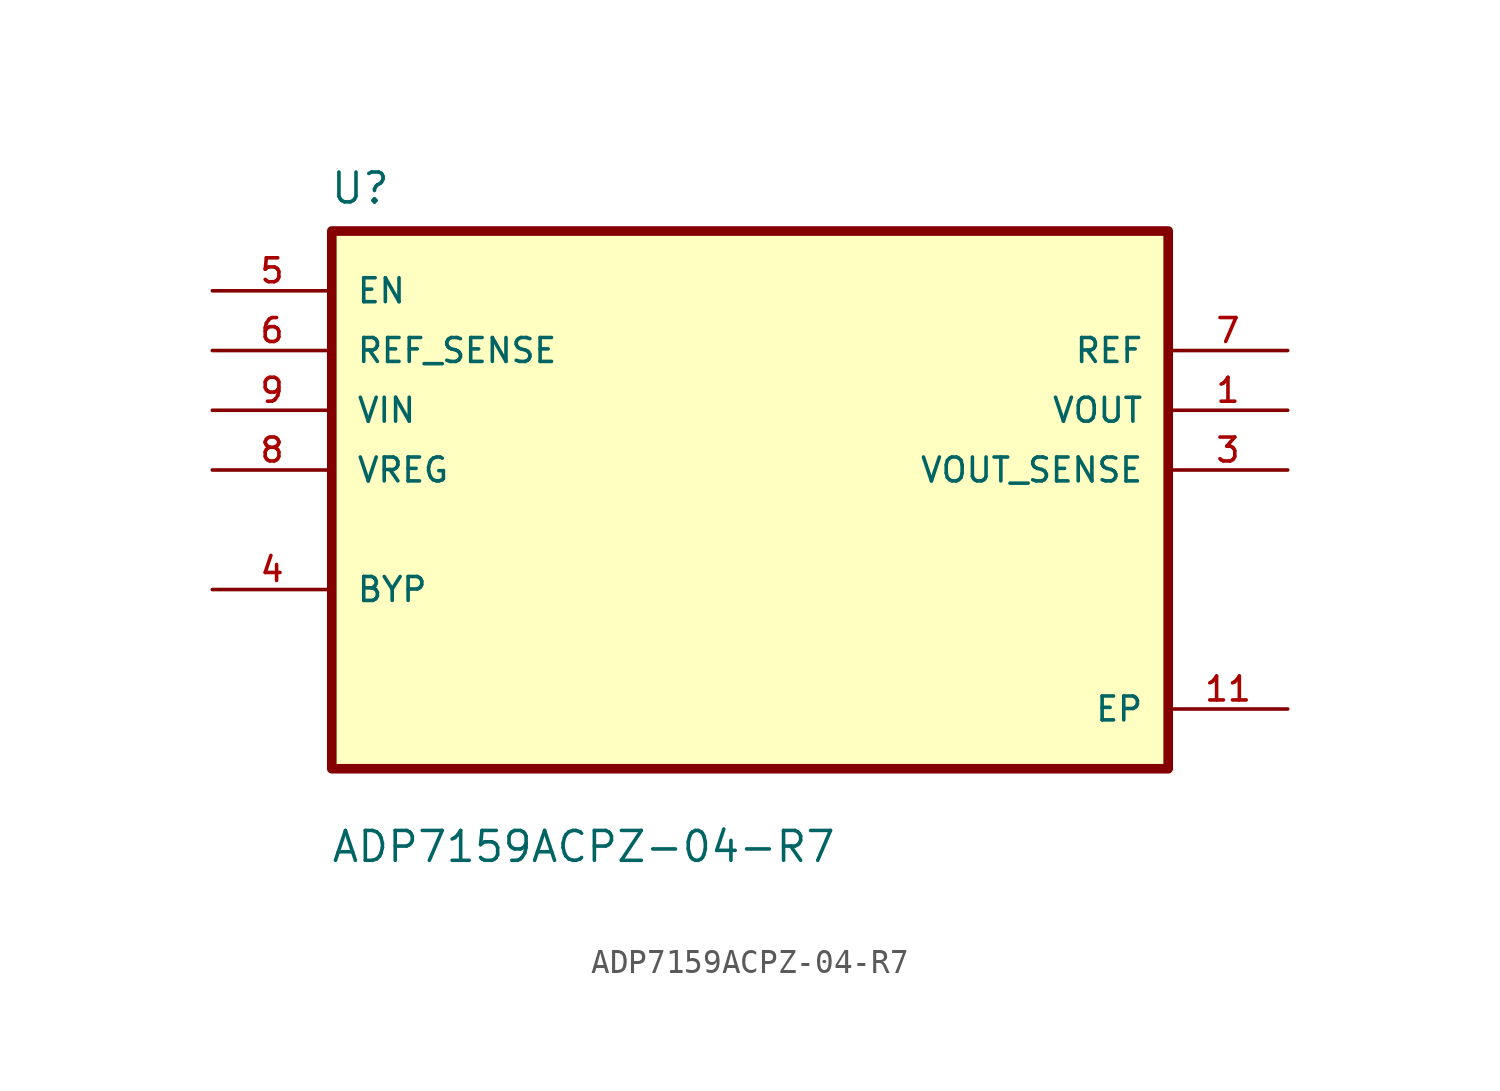
<source format=kicad_sym>
(kicad_symbol_lib
  (version 20211014)
  (generator kicad_symbol_editor)
  (symbol "ADP7159ACPZ-04-R7"
    (pin_names
      (offset 1.016))
    (property "Reference" "U"
      (at -17.879 13.776 0.0)
      (effects (font (size 1.27 1.27)) (justify bottom left)))
    (property "Value" "ADP7159ACPZ-04-R7"
      (at -17.844 -14.216 0.0)
      (effects (font (size 1.27 1.27)) (justify bottom left)))
    (symbol "ADP7159ACPZ-04-R7_0_0"
      (rectangle (start -17.78 -10.16) (end 17.78 12.7) (stroke (width 0.41)) (fill (type background)))
      (pin input line (at -22.86 10.16 0) (length 5.08) (name "EN" (effects (font (size 1.016 1.016)))) (number "5" (effects (font (size 1.016 1.016)))))
      (pin input line (at -22.86 7.62 0) (length 5.08) (name "REF_SENSE" (effects (font (size 1.016 1.016)))) (number "6" (effects (font (size 1.016 1.016)))))
      (pin input line (at -22.86 5.08 0) (length 5.08) (name "VIN" (effects (font (size 1.016 1.016)))) (number "9" (effects (font (size 1.016 1.016)))))
      (pin input line (at -22.86 5.08 0) (length 5.08) hide (name "VIN" (effects (font (size 1.016 1.016)))) (number "10" (effects (font (size 1.016 1.016)))))
      (pin input line (at -22.86 2.54 0) (length 5.08) (name "VREG" (effects (font (size 1.016 1.016)))) (number "8" (effects (font (size 1.016 1.016)))))
      (pin passive line (at -22.86 -2.54 0) (length 5.08) (name "BYP" (effects (font (size 1.016 1.016)))) (number "4" (effects (font (size 1.016 1.016)))))
      (pin output line (at 22.86 7.62 180.0) (length 5.08) (name "REF" (effects (font (size 1.016 1.016)))) (number "7" (effects (font (size 1.016 1.016)))))
      (pin output line (at 22.86 5.08 180.0) (length 5.08) (name "VOUT" (effects (font (size 1.016 1.016)))) (number "1" (effects (font (size 1.016 1.016)))))
      (pin output line (at 22.86 5.08 180.0) (length 5.08) hide (name "VOUT" (effects (font (size 1.016 1.016)))) (number "2" (effects (font (size 1.016 1.016)))))
      (pin output line (at 22.86 2.54 180.0) (length 5.08) (name "VOUT_SENSE" (effects (font (size 1.016 1.016)))) (number "3" (effects (font (size 1.016 1.016)))))
      (pin power_in line (at 22.86 -7.62 180.0) (length 5.08) (name "EP" (effects (font (size 1.016 1.016)))) (number "11" (effects (font (size 1.016 1.016))))))))
</source>
